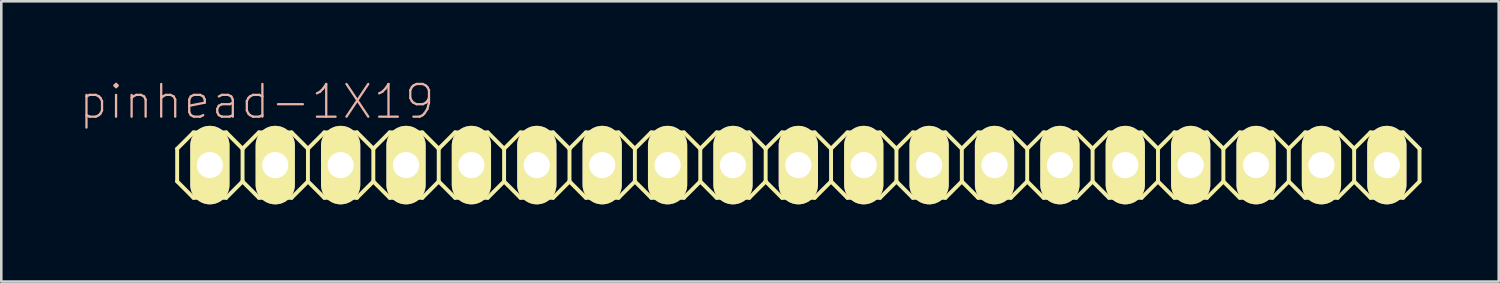
<source format=kicad_pcb>
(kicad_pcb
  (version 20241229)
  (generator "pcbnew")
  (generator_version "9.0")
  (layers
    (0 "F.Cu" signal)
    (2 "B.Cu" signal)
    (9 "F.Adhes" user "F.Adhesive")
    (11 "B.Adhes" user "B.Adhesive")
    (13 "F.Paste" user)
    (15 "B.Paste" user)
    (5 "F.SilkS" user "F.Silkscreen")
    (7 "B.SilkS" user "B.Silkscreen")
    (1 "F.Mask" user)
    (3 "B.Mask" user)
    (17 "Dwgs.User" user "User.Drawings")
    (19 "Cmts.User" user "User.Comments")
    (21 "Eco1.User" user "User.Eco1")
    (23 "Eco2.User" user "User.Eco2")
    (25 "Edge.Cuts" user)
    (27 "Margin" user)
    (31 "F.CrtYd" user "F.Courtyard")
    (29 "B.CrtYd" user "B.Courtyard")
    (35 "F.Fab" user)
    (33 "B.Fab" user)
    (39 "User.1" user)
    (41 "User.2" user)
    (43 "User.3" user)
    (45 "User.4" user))
  (footprint "pinhead-1X19"
    (layer "F.Cu")
    (at 27.962 3.363)
    (property "Reference" "pinhead-1X19" (at -21.031 -2.464 0) (layer "B.SilkS") (effects (font (size 1.27 1.27) (thickness 0.089))))
    (attr exclude_from_pos_files exclude_from_bom)
    (fp_line (start -24.13 -0.635) (end -24.13 0.635) (stroke (width 0.152) (type solid)) (layer "F.SilkS"))
    (fp_line (start -24.13 0.635) (end -23.495 1.27) (stroke (width 0.152) (type solid)) (layer "F.SilkS"))
    (fp_line (start -23.495 -1.27) (end -24.13 -0.635) (stroke (width 0.152) (type solid)) (layer "F.SilkS"))
    (fp_line (start -23.495 -1.27) (end -22.225 -1.27) (stroke (width 0.152) (type solid)) (layer "F.SilkS"))
    (fp_line (start -23.114 -0.254) (end -22.606 -0.254) (stroke (width 0.066) (type solid)) (layer "F.SilkS"))
    (fp_line (start -23.114 0.254) (end -23.114 -0.254) (stroke (width 0.066) (type solid)) (layer "F.SilkS"))
    (fp_line (start -23.114 0.254) (end -22.606 0.254) (stroke (width 0.066) (type solid)) (layer "F.SilkS"))
    (fp_line (start -22.606 0.254) (end -22.606 -0.254) (stroke (width 0.066) (type solid)) (layer "F.SilkS"))
    (fp_line (start -22.225 -1.27) (end -21.59 -0.635) (stroke (width 0.152) (type solid)) (layer "F.SilkS"))
    (fp_line (start -22.225 1.27) (end -23.495 1.27) (stroke (width 0.152) (type solid)) (layer "F.SilkS"))
    (fp_line (start -21.59 -0.635) (end -21.59 0.635) (stroke (width 0.152) (type solid)) (layer "F.SilkS"))
    (fp_line (start -21.59 -0.635) (end -20.955 -1.27) (stroke (width 0.152) (type solid)) (layer "F.SilkS"))
    (fp_line (start -21.59 0.635) (end -22.225 1.27) (stroke (width 0.152) (type solid)) (layer "F.SilkS"))
    (fp_line (start -20.955 -1.27) (end -19.685 -1.27) (stroke (width 0.152) (type solid)) (layer "F.SilkS"))
    (fp_line (start -20.955 1.27) (end -21.59 0.635) (stroke (width 0.152) (type solid)) (layer "F.SilkS"))
    (fp_line (start -20.574 -0.254) (end -20.066 -0.254) (stroke (width 0.066) (type solid)) (layer "F.SilkS"))
    (fp_line (start -20.574 0.254) (end -20.574 -0.254) (stroke (width 0.066) (type solid)) (layer "F.SilkS"))
    (fp_line (start -20.574 0.254) (end -20.066 0.254) (stroke (width 0.066) (type solid)) (layer "F.SilkS"))
    (fp_line (start -20.066 0.254) (end -20.066 -0.254) (stroke (width 0.066) (type solid)) (layer "F.SilkS"))
    (fp_line (start -19.685 -1.27) (end -19.05 -0.635) (stroke (width 0.152) (type solid)) (layer "F.SilkS"))
    (fp_line (start -19.685 1.27) (end -20.955 1.27) (stroke (width 0.152) (type solid)) (layer "F.SilkS"))
    (fp_line (start -19.05 -0.635) (end -19.05 0.635) (stroke (width 0.152) (type solid)) (layer "F.SilkS"))
    (fp_line (start -19.05 -0.635) (end -18.415 -1.27) (stroke (width 0.152) (type solid)) (layer "F.SilkS"))
    (fp_line (start -19.05 0.635) (end -19.685 1.27) (stroke (width 0.152) (type solid)) (layer "F.SilkS"))
    (fp_line (start -18.415 -1.27) (end -17.145 -1.27) (stroke (width 0.152) (type solid)) (layer "F.SilkS"))
    (fp_line (start -18.415 1.27) (end -19.05 0.635) (stroke (width 0.152) (type solid)) (layer "F.SilkS"))
    (fp_line (start -18.034 -0.254) (end -17.523 -0.254) (stroke (width 0.066) (type solid)) (layer "F.SilkS"))
    (fp_line (start -18.034 0.254) (end -18.034 -0.254) (stroke (width 0.066) (type solid)) (layer "F.SilkS"))
    (fp_line (start -18.034 0.254) (end -17.523 0.254) (stroke (width 0.066) (type solid)) (layer "F.SilkS"))
    (fp_line (start -17.523 0.254) (end -17.523 -0.254) (stroke (width 0.066) (type solid)) (layer "F.SilkS"))
    (fp_line (start -17.145 -1.27) (end -16.51 -0.635) (stroke (width 0.152) (type solid)) (layer "F.SilkS"))
    (fp_line (start -17.145 1.27) (end -18.415 1.27) (stroke (width 0.152) (type solid)) (layer "F.SilkS"))
    (fp_line (start -16.51 -0.635) (end -16.51 0.635) (stroke (width 0.152) (type solid)) (layer "F.SilkS"))
    (fp_line (start -16.51 0.635) (end -17.145 1.27) (stroke (width 0.152) (type solid)) (layer "F.SilkS"))
    (fp_line (start -16.51 0.635) (end -15.875 1.27) (stroke (width 0.152) (type solid)) (layer "F.SilkS"))
    (fp_line (start -15.875 -1.27) (end -16.51 -0.635) (stroke (width 0.152) (type solid)) (layer "F.SilkS"))
    (fp_line (start -15.875 -1.27) (end -14.605 -1.27) (stroke (width 0.152) (type solid)) (layer "F.SilkS"))
    (fp_line (start -15.494 -0.254) (end -14.986 -0.254) (stroke (width 0.066) (type solid)) (layer "F.SilkS"))
    (fp_line (start -15.494 0.254) (end -15.494 -0.254) (stroke (width 0.066) (type solid)) (layer "F.SilkS"))
    (fp_line (start -15.494 0.254) (end -14.986 0.254) (stroke (width 0.066) (type solid)) (layer "F.SilkS"))
    (fp_line (start -14.986 0.254) (end -14.986 -0.254) (stroke (width 0.066) (type solid)) (layer "F.SilkS"))
    (fp_line (start -14.605 -1.27) (end -13.97 -0.635) (stroke (width 0.152) (type solid)) (layer "F.SilkS"))
    (fp_line (start -14.605 1.27) (end -15.875 1.27) (stroke (width 0.152) (type solid)) (layer "F.SilkS"))
    (fp_line (start -13.97 -0.635) (end -13.97 0.635) (stroke (width 0.152) (type solid)) (layer "F.SilkS"))
    (fp_line (start -13.97 -0.635) (end -13.335 -1.27) (stroke (width 0.152) (type solid)) (layer "F.SilkS"))
    (fp_line (start -13.97 0.635) (end -14.605 1.27) (stroke (width 0.152) (type solid)) (layer "F.SilkS"))
    (fp_line (start -13.335 -1.27) (end -12.065 -1.27) (stroke (width 0.152) (type solid)) (layer "F.SilkS"))
    (fp_line (start -13.335 1.27) (end -13.97 0.635) (stroke (width 0.152) (type solid)) (layer "F.SilkS"))
    (fp_line (start -12.954 -0.254) (end -12.446 -0.254) (stroke (width 0.066) (type solid)) (layer "F.SilkS"))
    (fp_line (start -12.954 0.254) (end -12.954 -0.254) (stroke (width 0.066) (type solid)) (layer "F.SilkS"))
    (fp_line (start -12.954 0.254) (end -12.446 0.254) (stroke (width 0.066) (type solid)) (layer "F.SilkS"))
    (fp_line (start -12.446 0.254) (end -12.446 -0.254) (stroke (width 0.066) (type solid)) (layer "F.SilkS"))
    (fp_line (start -12.065 -1.27) (end -11.43 -0.635) (stroke (width 0.152) (type solid)) (layer "F.SilkS"))
    (fp_line (start -12.065 1.27) (end -13.335 1.27) (stroke (width 0.152) (type solid)) (layer "F.SilkS"))
    (fp_line (start -11.43 -0.635) (end -11.43 0.635) (stroke (width 0.152) (type solid)) (layer "F.SilkS"))
    (fp_line (start -11.43 -0.635) (end -10.795 -1.27) (stroke (width 0.152) (type solid)) (layer "F.SilkS"))
    (fp_line (start -11.43 0.635) (end -12.065 1.27) (stroke (width 0.152) (type solid)) (layer "F.SilkS"))
    (fp_line (start -10.795 -1.27) (end -9.525 -1.27) (stroke (width 0.152) (type solid)) (layer "F.SilkS"))
    (fp_line (start -10.795 1.27) (end -11.43 0.635) (stroke (width 0.152) (type solid)) (layer "F.SilkS"))
    (fp_line (start -10.414 -0.254) (end -9.906 -0.254) (stroke (width 0.066) (type solid)) (layer "F.SilkS"))
    (fp_line (start -10.414 0.254) (end -10.414 -0.254) (stroke (width 0.066) (type solid)) (layer "F.SilkS"))
    (fp_line (start -10.414 0.254) (end -9.906 0.254) (stroke (width 0.066) (type solid)) (layer "F.SilkS"))
    (fp_line (start -9.906 0.254) (end -9.906 -0.254) (stroke (width 0.066) (type solid)) (layer "F.SilkS"))
    (fp_line (start -9.525 -1.27) (end -8.89 -0.635) (stroke (width 0.152) (type solid)) (layer "F.SilkS"))
    (fp_line (start -9.525 1.27) (end -10.795 1.27) (stroke (width 0.152) (type solid)) (layer "F.SilkS"))
    (fp_line (start -8.89 -0.635) (end -8.89 0.635) (stroke (width 0.152) (type solid)) (layer "F.SilkS"))
    (fp_line (start -8.89 0.635) (end -9.525 1.27) (stroke (width 0.152) (type solid)) (layer "F.SilkS"))
    (fp_line (start -8.89 0.635) (end -8.255 1.27) (stroke (width 0.152) (type solid)) (layer "F.SilkS"))
    (fp_line (start -8.255 -1.27) (end -8.89 -0.635) (stroke (width 0.152) (type solid)) (layer "F.SilkS"))
    (fp_line (start -8.255 -1.27) (end -6.985 -1.27) (stroke (width 0.152) (type solid)) (layer "F.SilkS"))
    (fp_line (start -7.874 -0.254) (end -7.366 -0.254) (stroke (width 0.066) (type solid)) (layer "F.SilkS"))
    (fp_line (start -7.874 0.254) (end -7.874 -0.254) (stroke (width 0.066) (type solid)) (layer "F.SilkS"))
    (fp_line (start -7.874 0.254) (end -7.366 0.254) (stroke (width 0.066) (type solid)) (layer "F.SilkS"))
    (fp_line (start -7.366 0.254) (end -7.366 -0.254) (stroke (width 0.066) (type solid)) (layer "F.SilkS"))
    (fp_line (start -6.985 -1.27) (end -6.35 -0.635) (stroke (width 0.152) (type solid)) (layer "F.SilkS"))
    (fp_line (start -6.985 1.27) (end -8.255 1.27) (stroke (width 0.152) (type solid)) (layer "F.SilkS"))
    (fp_line (start -6.35 -0.635) (end -6.35 0.635) (stroke (width 0.152) (type solid)) (layer "F.SilkS"))
    (fp_line (start -6.35 -0.635) (end -5.715 -1.27) (stroke (width 0.152) (type solid)) (layer "F.SilkS"))
    (fp_line (start -6.35 0.635) (end -6.985 1.27) (stroke (width 0.152) (type solid)) (layer "F.SilkS"))
    (fp_line (start -5.715 -1.27) (end -4.445 -1.27) (stroke (width 0.152) (type solid)) (layer "F.SilkS"))
    (fp_line (start -5.715 1.27) (end -6.35 0.635) (stroke (width 0.152) (type solid)) (layer "F.SilkS"))
    (fp_line (start -5.334 -0.254) (end -4.826 -0.254) (stroke (width 0.066) (type solid)) (layer "F.SilkS"))
    (fp_line (start -5.334 0.254) (end -5.334 -0.254) (stroke (width 0.066) (type solid)) (layer "F.SilkS"))
    (fp_line (start -5.334 0.254) (end -4.826 0.254) (stroke (width 0.066) (type solid)) (layer "F.SilkS"))
    (fp_line (start -4.826 0.254) (end -4.826 -0.254) (stroke (width 0.066) (type solid)) (layer "F.SilkS"))
    (fp_line (start -4.445 -1.27) (end -3.81 -0.635) (stroke (width 0.152) (type solid)) (layer "F.SilkS"))
    (fp_line (start -4.445 1.27) (end -5.715 1.27) (stroke (width 0.152) (type solid)) (layer "F.SilkS"))
    (fp_line (start -3.81 -0.635) (end -3.81 0.635) (stroke (width 0.152) (type solid)) (layer "F.SilkS"))
    (fp_line (start -3.81 -0.635) (end -3.175 -1.27) (stroke (width 0.152) (type solid)) (layer "F.SilkS"))
    (fp_line (start -3.81 0.635) (end -4.445 1.27) (stroke (width 0.152) (type solid)) (layer "F.SilkS"))
    (fp_line (start -3.175 -1.27) (end -1.905 -1.27) (stroke (width 0.152) (type solid)) (layer "F.SilkS"))
    (fp_line (start -3.175 1.27) (end -3.81 0.635) (stroke (width 0.152) (type solid)) (layer "F.SilkS"))
    (fp_line (start -2.794 -0.254) (end -2.286 -0.254) (stroke (width 0.066) (type solid)) (layer "F.SilkS"))
    (fp_line (start -2.794 0.254) (end -2.794 -0.254) (stroke (width 0.066) (type solid)) (layer "F.SilkS"))
    (fp_line (start -2.794 0.254) (end -2.286 0.254) (stroke (width 0.066) (type solid)) (layer "F.SilkS"))
    (fp_line (start -2.286 0.254) (end -2.286 -0.254) (stroke (width 0.066) (type solid)) (layer "F.SilkS"))
    (fp_line (start -1.905 -1.27) (end -1.27 -0.635) (stroke (width 0.152) (type solid)) (layer "F.SilkS"))
    (fp_line (start -1.905 1.27) (end -3.175 1.27) (stroke (width 0.152) (type solid)) (layer "F.SilkS"))
    (fp_line (start -1.27 -0.635) (end -1.27 0.635) (stroke (width 0.152) (type solid)) (layer "F.SilkS"))
    (fp_line (start -1.27 0.635) (end -1.905 1.27) (stroke (width 0.152) (type solid)) (layer "F.SilkS"))
    (fp_line (start -1.27 0.635) (end -0.635 1.27) (stroke (width 0.152) (type solid)) (layer "F.SilkS"))
    (fp_line (start -0.635 -1.27) (end -1.27 -0.635) (stroke (width 0.152) (type solid)) (layer "F.SilkS"))
    (fp_line (start -0.635 -1.27) (end 0.635 -1.27) (stroke (width 0.152) (type solid)) (layer "F.SilkS"))
    (fp_line (start -0.254 -0.254) (end 0.254 -0.254) (stroke (width 0.066) (type solid)) (layer "F.SilkS"))
    (fp_line (start -0.254 0.254) (end -0.254 -0.254) (stroke (width 0.066) (type solid)) (layer "F.SilkS"))
    (fp_line (start -0.254 0.254) (end 0.254 0.254) (stroke (width 0.066) (type solid)) (layer "F.SilkS"))
    (fp_line (start 0.254 0.254) (end 0.254 -0.254) (stroke (width 0.066) (type solid)) (layer "F.SilkS"))
    (fp_line (start 0.635 -1.27) (end 1.27 -0.635) (stroke (width 0.152) (type solid)) (layer "F.SilkS"))
    (fp_line (start 0.635 1.27) (end -0.635 1.27) (stroke (width 0.152) (type solid)) (layer "F.SilkS"))
    (fp_line (start 1.27 -0.635) (end 1.27 0.635) (stroke (width 0.152) (type solid)) (layer "F.SilkS"))
    (fp_line (start 1.27 -0.635) (end 1.905 -1.27) (stroke (width 0.152) (type solid)) (layer "F.SilkS"))
    (fp_line (start 1.27 0.635) (end 0.635 1.27) (stroke (width 0.152) (type solid)) (layer "F.SilkS"))
    (fp_line (start 1.905 -1.27) (end 3.175 -1.27) (stroke (width 0.152) (type solid)) (layer "F.SilkS"))
    (fp_line (start 1.905 1.27) (end 1.27 0.635) (stroke (width 0.152) (type solid)) (layer "F.SilkS"))
    (fp_line (start 2.286 -0.254) (end 2.794 -0.254) (stroke (width 0.066) (type solid)) (layer "F.SilkS"))
    (fp_line (start 2.286 0.254) (end 2.286 -0.254) (stroke (width 0.066) (type solid)) (layer "F.SilkS"))
    (fp_line (start 2.286 0.254) (end 2.794 0.254) (stroke (width 0.066) (type solid)) (layer "F.SilkS"))
    (fp_line (start 2.794 0.254) (end 2.794 -0.254) (stroke (width 0.066) (type solid)) (layer "F.SilkS"))
    (fp_line (start 3.175 -1.27) (end 3.81 -0.635) (stroke (width 0.152) (type solid)) (layer "F.SilkS"))
    (fp_line (start 3.175 1.27) (end 1.905 1.27) (stroke (width 0.152) (type solid)) (layer "F.SilkS"))
    (fp_line (start 3.81 -0.635) (end 3.81 0.635) (stroke (width 0.152) (type solid)) (layer "F.SilkS"))
    (fp_line (start 3.81 -0.635) (end 4.445 -1.27) (stroke (width 0.152) (type solid)) (layer "F.SilkS"))
    (fp_line (start 3.81 0.635) (end 3.175 1.27) (stroke (width 0.152) (type solid)) (layer "F.SilkS"))
    (fp_line (start 4.445 -1.27) (end 5.715 -1.27) (stroke (width 0.152) (type solid)) (layer "F.SilkS"))
    (fp_line (start 4.445 1.27) (end 3.81 0.635) (stroke (width 0.152) (type solid)) (layer "F.SilkS"))
    (fp_line (start 4.826 -0.254) (end 5.334 -0.254) (stroke (width 0.066) (type solid)) (layer "F.SilkS"))
    (fp_line (start 4.826 0.254) (end 4.826 -0.254) (stroke (width 0.066) (type solid)) (layer "F.SilkS"))
    (fp_line (start 4.826 0.254) (end 5.334 0.254) (stroke (width 0.066) (type solid)) (layer "F.SilkS"))
    (fp_line (start 5.334 0.254) (end 5.334 -0.254) (stroke (width 0.066) (type solid)) (layer "F.SilkS"))
    (fp_line (start 5.715 -1.27) (end 6.35 -0.635) (stroke (width 0.152) (type solid)) (layer "F.SilkS"))
    (fp_line (start 5.715 1.27) (end 4.445 1.27) (stroke (width 0.152) (type solid)) (layer "F.SilkS"))
    (fp_line (start 6.35 -0.635) (end 6.35 0.635) (stroke (width 0.152) (type solid)) (layer "F.SilkS"))
    (fp_line (start 6.35 0.635) (end 5.715 1.27) (stroke (width 0.152) (type solid)) (layer "F.SilkS"))
    (fp_line (start 6.35 0.635) (end 6.985 1.27) (stroke (width 0.152) (type solid)) (layer "F.SilkS"))
    (fp_line (start 6.985 -1.27) (end 6.35 -0.635) (stroke (width 0.152) (type solid)) (layer "F.SilkS"))
    (fp_line (start 6.985 -1.27) (end 8.255 -1.27) (stroke (width 0.152) (type solid)) (layer "F.SilkS"))
    (fp_line (start 7.366 -0.254) (end 7.874 -0.254) (stroke (width 0.066) (type solid)) (layer "F.SilkS"))
    (fp_line (start 7.366 0.254) (end 7.366 -0.254) (stroke (width 0.066) (type solid)) (layer "F.SilkS"))
    (fp_line (start 7.366 0.254) (end 7.874 0.254) (stroke (width 0.066) (type solid)) (layer "F.SilkS"))
    (fp_line (start 7.874 0.254) (end 7.874 -0.254) (stroke (width 0.066) (type solid)) (layer "F.SilkS"))
    (fp_line (start 8.255 -1.27) (end 8.89 -0.635) (stroke (width 0.152) (type solid)) (layer "F.SilkS"))
    (fp_line (start 8.255 1.27) (end 6.985 1.27) (stroke (width 0.152) (type solid)) (layer "F.SilkS"))
    (fp_line (start 8.89 -0.635) (end 8.89 0.635) (stroke (width 0.152) (type solid)) (layer "F.SilkS"))
    (fp_line (start 8.89 -0.635) (end 9.525 -1.27) (stroke (width 0.152) (type solid)) (layer "F.SilkS"))
    (fp_line (start 8.89 0.635) (end 8.255 1.27) (stroke (width 0.152) (type solid)) (layer "F.SilkS"))
    (fp_line (start 9.525 -1.27) (end 10.795 -1.27) (stroke (width 0.152) (type solid)) (layer "F.SilkS"))
    (fp_line (start 9.525 1.27) (end 8.89 0.635) (stroke (width 0.152) (type solid)) (layer "F.SilkS"))
    (fp_line (start 9.906 -0.254) (end 10.414 -0.254) (stroke (width 0.066) (type solid)) (layer "F.SilkS"))
    (fp_line (start 9.906 0.254) (end 9.906 -0.254) (stroke (width 0.066) (type solid)) (layer "F.SilkS"))
    (fp_line (start 9.906 0.254) (end 10.414 0.254) (stroke (width 0.066) (type solid)) (layer "F.SilkS"))
    (fp_line (start 10.414 0.254) (end 10.414 -0.254) (stroke (width 0.066) (type solid)) (layer "F.SilkS"))
    (fp_line (start 10.795 -1.27) (end 11.43 -0.635) (stroke (width 0.152) (type solid)) (layer "F.SilkS"))
    (fp_line (start 10.795 1.27) (end 9.525 1.27) (stroke (width 0.152) (type solid)) (layer "F.SilkS"))
    (fp_line (start 11.43 -0.635) (end 11.43 0.635) (stroke (width 0.152) (type solid)) (layer "F.SilkS"))
    (fp_line (start 11.43 -0.635) (end 12.065 -1.27) (stroke (width 0.152) (type solid)) (layer "F.SilkS"))
    (fp_line (start 11.43 0.635) (end 10.795 1.27) (stroke (width 0.152) (type solid)) (layer "F.SilkS"))
    (fp_line (start 12.065 -1.27) (end 13.335 -1.27) (stroke (width 0.152) (type solid)) (layer "F.SilkS"))
    (fp_line (start 12.065 1.27) (end 11.43 0.635) (stroke (width 0.152) (type solid)) (layer "F.SilkS"))
    (fp_line (start 12.446 -0.254) (end 12.954 -0.254) (stroke (width 0.066) (type solid)) (layer "F.SilkS"))
    (fp_line (start 12.446 0.254) (end 12.446 -0.254) (stroke (width 0.066) (type solid)) (layer "F.SilkS"))
    (fp_line (start 12.446 0.254) (end 12.954 0.254) (stroke (width 0.066) (type solid)) (layer "F.SilkS"))
    (fp_line (start 12.954 0.254) (end 12.954 -0.254) (stroke (width 0.066) (type solid)) (layer "F.SilkS"))
    (fp_line (start 13.335 -1.27) (end 13.97 -0.635) (stroke (width 0.152) (type solid)) (layer "F.SilkS"))
    (fp_line (start 13.335 1.27) (end 12.065 1.27) (stroke (width 0.152) (type solid)) (layer "F.SilkS"))
    (fp_line (start 13.97 -0.635) (end 13.97 0.635) (stroke (width 0.152) (type solid)) (layer "F.SilkS"))
    (fp_line (start 13.97 0.635) (end 13.335 1.27) (stroke (width 0.152) (type solid)) (layer "F.SilkS"))
    (fp_line (start 13.97 0.635) (end 14.605 1.27) (stroke (width 0.152) (type solid)) (layer "F.SilkS"))
    (fp_line (start 14.605 -1.27) (end 13.97 -0.635) (stroke (width 0.152) (type solid)) (layer "F.SilkS"))
    (fp_line (start 14.605 -1.27) (end 15.875 -1.27) (stroke (width 0.152) (type solid)) (layer "F.SilkS"))
    (fp_line (start 14.986 -0.254) (end 15.494 -0.254) (stroke (width 0.066) (type solid)) (layer "F.SilkS"))
    (fp_line (start 14.986 0.254) (end 14.986 -0.254) (stroke (width 0.066) (type solid)) (layer "F.SilkS"))
    (fp_line (start 14.986 0.254) (end 15.494 0.254) (stroke (width 0.066) (type solid)) (layer "F.SilkS"))
    (fp_line (start 15.494 0.254) (end 15.494 -0.254) (stroke (width 0.066) (type solid)) (layer "F.SilkS"))
    (fp_line (start 15.875 -1.27) (end 16.51 -0.635) (stroke (width 0.152) (type solid)) (layer "F.SilkS"))
    (fp_line (start 15.875 1.27) (end 14.605 1.27) (stroke (width 0.152) (type solid)) (layer "F.SilkS"))
    (fp_line (start 16.51 -0.635) (end 16.51 0.635) (stroke (width 0.152) (type solid)) (layer "F.SilkS"))
    (fp_line (start 16.51 -0.635) (end 17.145 -1.27) (stroke (width 0.152) (type solid)) (layer "F.SilkS"))
    (fp_line (start 16.51 0.635) (end 15.875 1.27) (stroke (width 0.152) (type solid)) (layer "F.SilkS"))
    (fp_line (start 17.145 -1.27) (end 18.415 -1.27) (stroke (width 0.152) (type solid)) (layer "F.SilkS"))
    (fp_line (start 17.145 1.27) (end 16.51 0.635) (stroke (width 0.152) (type solid)) (layer "F.SilkS"))
    (fp_line (start 17.523 -0.254) (end 18.034 -0.254) (stroke (width 0.066) (type solid)) (layer "F.SilkS"))
    (fp_line (start 17.523 0.254) (end 17.523 -0.254) (stroke (width 0.066) (type solid)) (layer "F.SilkS"))
    (fp_line (start 17.523 0.254) (end 18.034 0.254) (stroke (width 0.066) (type solid)) (layer "F.SilkS"))
    (fp_line (start 18.034 0.254) (end 18.034 -0.254) (stroke (width 0.066) (type solid)) (layer "F.SilkS"))
    (fp_line (start 18.415 -1.27) (end 19.05 -0.635) (stroke (width 0.152) (type solid)) (layer "F.SilkS"))
    (fp_line (start 18.415 1.27) (end 17.145 1.27) (stroke (width 0.152) (type solid)) (layer "F.SilkS"))
    (fp_line (start 19.05 -0.635) (end 19.05 0.635) (stroke (width 0.152) (type solid)) (layer "F.SilkS"))
    (fp_line (start 19.05 -0.635) (end 19.685 -1.27) (stroke (width 0.152) (type solid)) (layer "F.SilkS"))
    (fp_line (start 19.05 0.635) (end 18.415 1.27) (stroke (width 0.152) (type solid)) (layer "F.SilkS"))
    (fp_line (start 19.685 -1.27) (end 20.955 -1.27) (stroke (width 0.152) (type solid)) (layer "F.SilkS"))
    (fp_line (start 19.685 1.27) (end 19.05 0.635) (stroke (width 0.152) (type solid)) (layer "F.SilkS"))
    (fp_line (start 20.066 -0.254) (end 20.574 -0.254) (stroke (width 0.066) (type solid)) (layer "F.SilkS"))
    (fp_line (start 20.066 0.254) (end 20.066 -0.254) (stroke (width 0.066) (type solid)) (layer "F.SilkS"))
    (fp_line (start 20.066 0.254) (end 20.574 0.254) (stroke (width 0.066) (type solid)) (layer "F.SilkS"))
    (fp_line (start 20.574 0.254) (end 20.574 -0.254) (stroke (width 0.066) (type solid)) (layer "F.SilkS"))
    (fp_line (start 20.955 -1.27) (end 21.59 -0.635) (stroke (width 0.152) (type solid)) (layer "F.SilkS"))
    (fp_line (start 20.955 1.27) (end 19.685 1.27) (stroke (width 0.152) (type solid)) (layer "F.SilkS"))
    (fp_line (start 21.59 -0.635) (end 21.59 0.635) (stroke (width 0.152) (type solid)) (layer "F.SilkS"))
    (fp_line (start 21.59 -0.635) (end 22.225 -1.27) (stroke (width 0.152) (type solid)) (layer "F.SilkS"))
    (fp_line (start 21.59 0.635) (end 20.955 1.27) (stroke (width 0.152) (type solid)) (layer "F.SilkS"))
    (fp_line (start 22.225 -1.27) (end 23.495 -1.27) (stroke (width 0.152) (type solid)) (layer "F.SilkS"))
    (fp_line (start 22.225 1.27) (end 21.59 0.635) (stroke (width 0.152) (type solid)) (layer "F.SilkS"))
    (fp_line (start 22.606 -0.254) (end 23.114 -0.254) (stroke (width 0.066) (type solid)) (layer "F.SilkS"))
    (fp_line (start 22.606 0.254) (end 22.606 -0.254) (stroke (width 0.066) (type solid)) (layer "F.SilkS"))
    (fp_line (start 22.606 0.254) (end 23.114 0.254) (stroke (width 0.066) (type solid)) (layer "F.SilkS"))
    (fp_line (start 23.114 0.254) (end 23.114 -0.254) (stroke (width 0.066) (type solid)) (layer "F.SilkS"))
    (fp_line (start 23.495 -1.27) (end 24.13 -0.635) (stroke (width 0.152) (type solid)) (layer "F.SilkS"))
    (fp_line (start 23.495 1.27) (end 22.225 1.27) (stroke (width 0.152) (type solid)) (layer "F.SilkS"))
    (fp_line (start 24.13 -0.635) (end 24.13 0.635) (stroke (width 0.152) (type solid)) (layer "F.SilkS"))
    (fp_line (start 24.13 0.635) (end 23.495 1.27) (stroke (width 0.152) (type solid)) (layer "F.SilkS"))
    (pad "1" thru_hole oval (at -22.86 0) (size 1.524 3.048) (drill 1.016) (layers "*.Cu" "F.Mask" "F.SilkS" "F.Paste"))
    (pad "2" thru_hole oval (at -20.32 0) (size 1.524 3.048) (drill 1.016) (layers "*.Cu" "F.Mask" "F.SilkS" "F.Paste"))
    (pad "3" thru_hole oval (at -17.78 0) (size 1.524 3.048) (drill 1.016) (layers "*.Cu" "F.Mask" "F.SilkS" "F.Paste"))
    (pad "4" thru_hole oval (at -15.24 0) (size 1.524 3.048) (drill 1.016) (layers "*.Cu" "F.Mask" "F.SilkS" "F.Paste"))
    (pad "5" thru_hole oval (at -12.7 0) (size 1.524 3.048) (drill 1.016) (layers "*.Cu" "F.Mask" "F.SilkS" "F.Paste"))
    (pad "6" thru_hole oval (at -10.16 0) (size 1.524 3.048) (drill 1.016) (layers "*.Cu" "F.Mask" "F.SilkS" "F.Paste"))
    (pad "7" thru_hole oval (at -7.62 0) (size 1.524 3.048) (drill 1.016) (layers "*.Cu" "F.Mask" "F.SilkS" "F.Paste"))
    (pad "8" thru_hole oval (at -5.08 0) (size 1.524 3.048) (drill 1.016) (layers "*.Cu" "F.Mask" "F.SilkS" "F.Paste"))
    (pad "9" thru_hole oval (at -2.54 0) (size 1.524 3.048) (drill 1.016) (layers "*.Cu" "F.Mask" "F.SilkS" "F.Paste"))
    (pad "10" thru_hole oval (at 0 0) (size 1.524 3.048) (drill 1.016) (layers "*.Cu" "F.Mask" "F.SilkS" "F.Paste"))
    (pad "11" thru_hole oval (at 2.54 0) (size 1.524 3.048) (drill 1.016) (layers "*.Cu" "F.Mask" "F.SilkS" "F.Paste"))
    (pad "12" thru_hole oval (at 5.08 0) (size 1.524 3.048) (drill 1.016) (layers "*.Cu" "F.Mask" "F.SilkS" "F.Paste"))
    (pad "13" thru_hole oval (at 7.62 0) (size 1.524 3.048) (drill 1.016) (layers "*.Cu" "F.Mask" "F.SilkS" "F.Paste"))
    (pad "14" thru_hole oval (at 10.16 0) (size 1.524 3.048) (drill 1.016) (layers "*.Cu" "F.Mask" "F.SilkS" "F.Paste"))
    (pad "15" thru_hole oval (at 12.7 0) (size 1.524 3.048) (drill 1.016) (layers "*.Cu" "F.Mask" "F.SilkS" "F.Paste"))
    (pad "16" thru_hole oval (at 15.24 0) (size 1.524 3.048) (drill 1.016) (layers "*.Cu" "F.Mask" "F.SilkS" "F.Paste"))
    (pad "17" thru_hole oval (at 17.78 0) (size 1.524 3.048) (drill 1.016) (layers "*.Cu" "F.Mask" "F.SilkS" "F.Paste"))
    (pad "18" thru_hole oval (at 20.32 0) (size 1.524 3.048) (drill 1.016) (layers "*.Cu" "F.Mask" "F.SilkS" "F.Paste"))
    (pad "19" thru_hole oval (at 22.86 0) (size 1.524 3.048) (drill 1.016) (layers "*.Cu" "F.Mask" "F.SilkS" "F.Paste")))
  (gr_rect
    (start -3 -3)
    (end 55.168 7.887)
    (stroke (width 0.1) (type default))
    (fill no)
    (layer "Edge.Cuts")))
</source>
